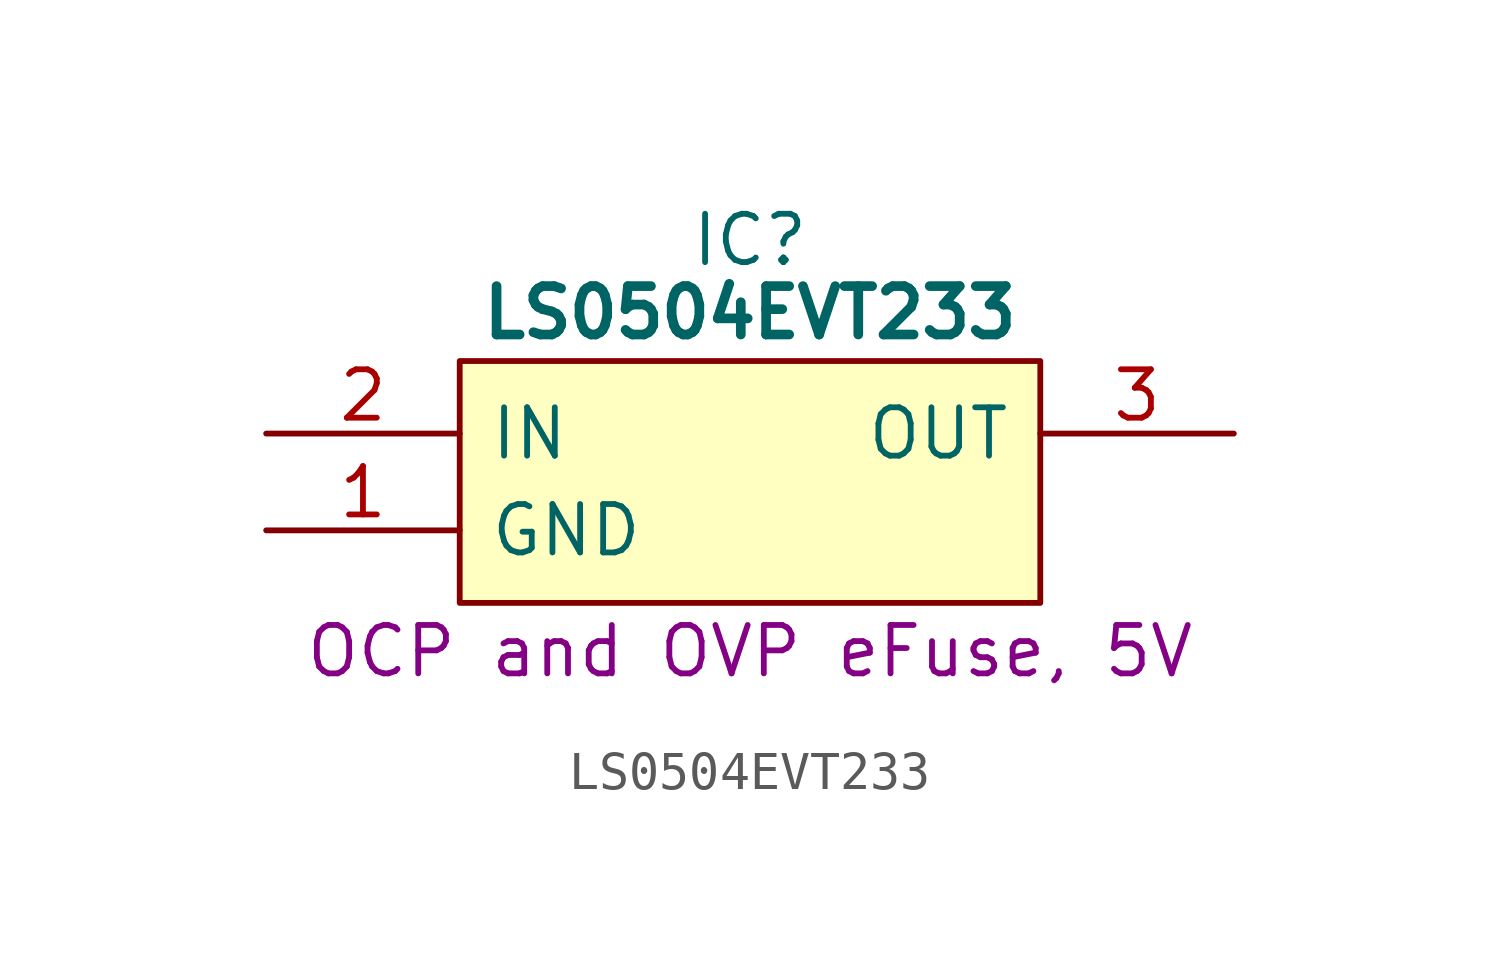
<source format=kicad_sym>
(kicad_symbol_lib
  (version 20231120)
  (generator "kicad_symbol_editor")
  (generator_version "8.0")
  (symbol "LS0504EVT233"
    (pin_names
      (offset 0.762))
    (property "Reference" "IC"
      (at 12.7 5.08 0)
      (effects (font (size 1.27 1.27))))
    (property "Value" "LS0504EVT233"
      (at 12.7 3.175 0)
      (effects (font (size 1.27 1.27) (thickness 0.254) (bold yes))))
    (property "Description" "OCP and OVP eFuse, 5V"
      (at 12.7 -5.715 0)
      (effects (font (size 1.27 1.27))))
    (symbol "LS0504EVT233_0_0"
      (pin passive line (at 0 -2.54 0) (length 5.08) (name "GND" (effects (font (size 1.27 1.27)))) (number "1" (effects (font (size 1.27 1.27)))))
      (pin passive line (at 0 0 0) (length 5.08) (name "IN" (effects (font (size 1.27 1.27)))) (number "2" (effects (font (size 1.27 1.27)))))
      (pin passive line (at 25.4 0 180) (length 5.08) (name "OUT" (effects (font (size 1.27 1.27)))) (number "3" (effects (font (size 1.27 1.27))))))
    (symbol "LS0504EVT233_1_1"
      (polyline (pts (xy 5.08 1.905) (xy 20.32 1.905) (xy 20.32 -4.445) (xy 5.08 -4.445) (xy 5.08 1.905)) (stroke (width 0.152) (type solid)) (fill (type background))))))
</source>
